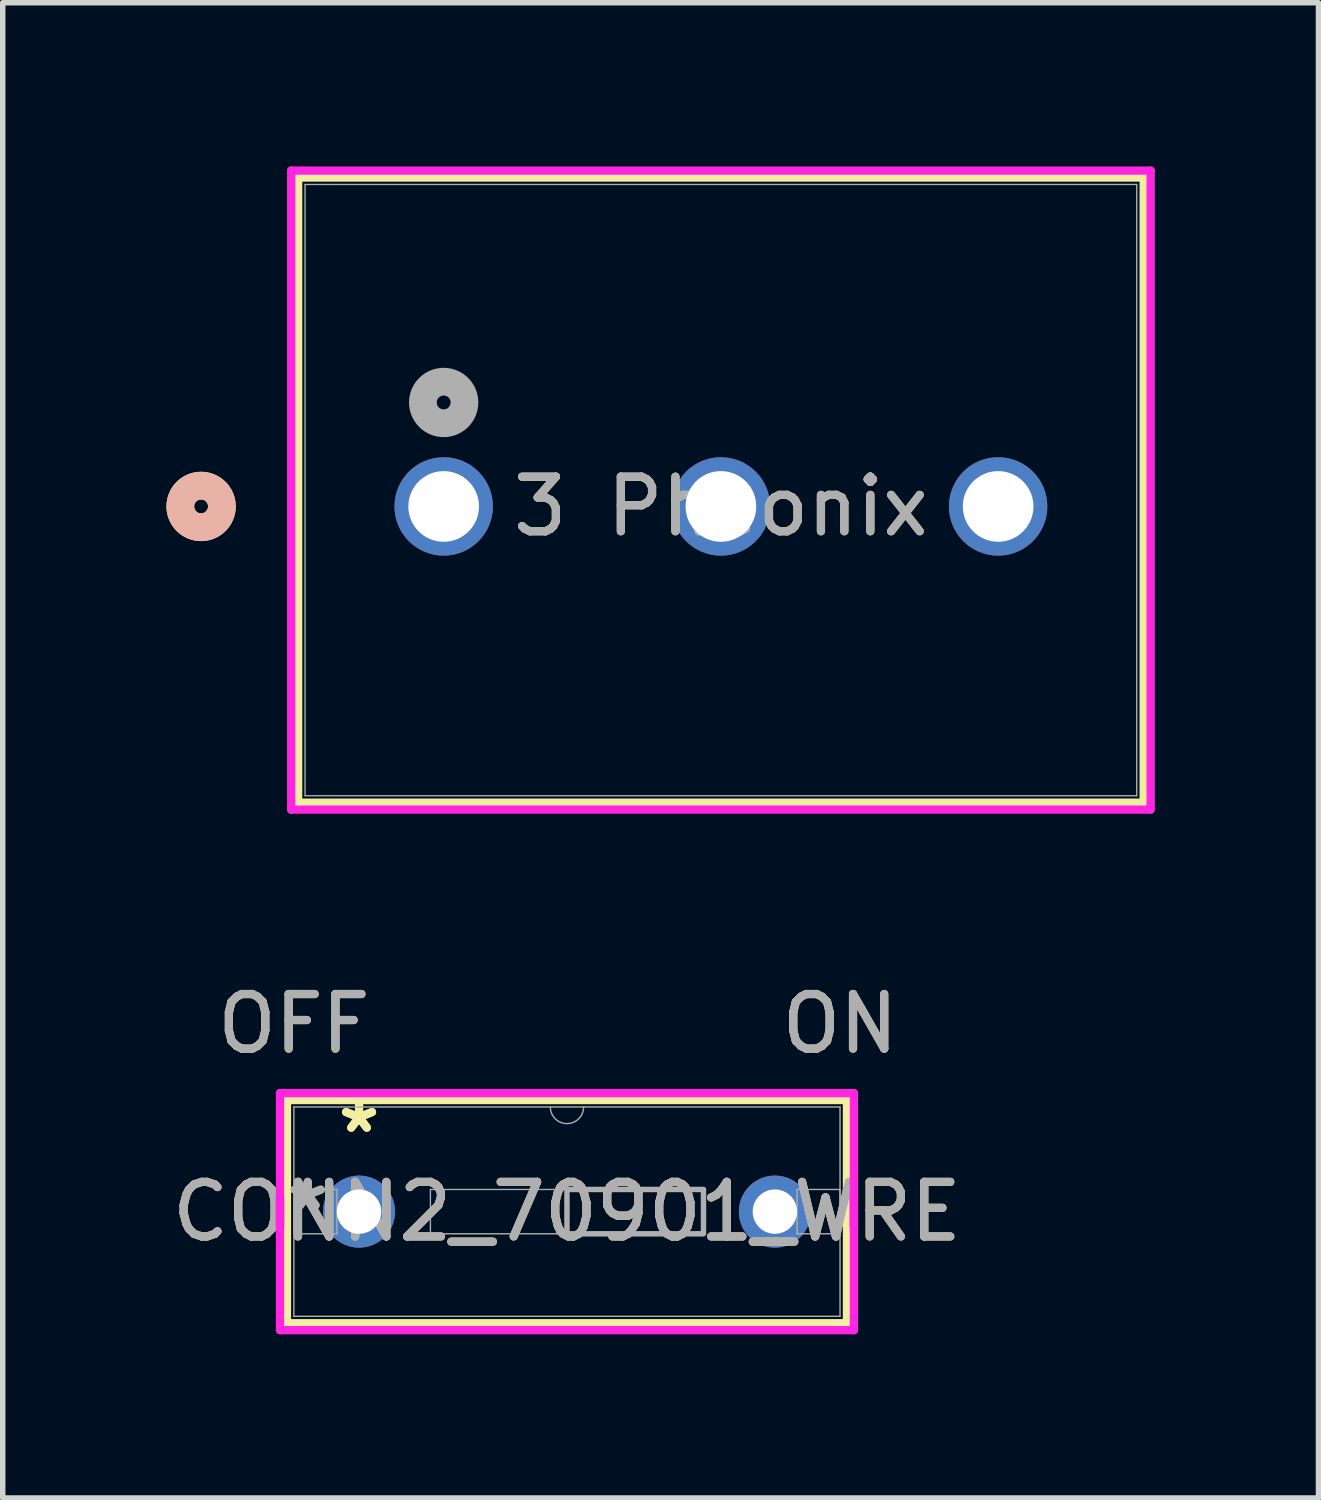
<source format=kicad_pcb>
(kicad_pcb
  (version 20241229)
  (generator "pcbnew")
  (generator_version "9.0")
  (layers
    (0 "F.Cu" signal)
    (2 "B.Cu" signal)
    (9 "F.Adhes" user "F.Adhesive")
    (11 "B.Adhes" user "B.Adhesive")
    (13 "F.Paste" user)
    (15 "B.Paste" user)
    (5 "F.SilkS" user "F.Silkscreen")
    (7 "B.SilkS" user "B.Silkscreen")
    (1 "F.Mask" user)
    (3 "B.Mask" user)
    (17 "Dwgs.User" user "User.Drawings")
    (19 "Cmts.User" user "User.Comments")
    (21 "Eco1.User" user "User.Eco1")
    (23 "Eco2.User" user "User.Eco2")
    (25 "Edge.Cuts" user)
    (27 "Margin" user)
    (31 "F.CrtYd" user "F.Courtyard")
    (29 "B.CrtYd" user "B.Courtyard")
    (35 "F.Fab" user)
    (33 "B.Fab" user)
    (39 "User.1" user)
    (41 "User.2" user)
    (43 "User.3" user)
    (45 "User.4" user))
  (footprint "CONN2_70901_WRE"
    (layer "F.Cu")
    (at 3.529 19.152)
    (property "Reference" "CONN2_70901_WRE" (at 3.81 0 0) (unlocked yes) (layer "F.SilkS") (effects (font (size 1 1) (thickness 0.15))))
    (attr through_hole)
    (fp_line (start -1.321 -2.045) (end -1.321 2.045) (stroke (width 0.152) (type solid)) (layer "F.SilkS"))
    (fp_line (start -1.321 2.045) (end 8.941 2.045) (stroke (width 0.152) (type solid)) (layer "F.SilkS"))
    (fp_line (start 8.941 -2.045) (end -1.321 -2.045) (stroke (width 0.152) (type solid)) (layer "F.SilkS"))
    (fp_line (start 8.941 2.045) (end 8.941 -2.045) (stroke (width 0.152) (type solid)) (layer "F.SilkS"))
    (fp_line (start -1.448 -2.172) (end 9.068 -2.172) (stroke (width 0.152) (type solid)) (layer "F.CrtYd"))
    (fp_line (start -1.448 -0.254) (end -1.448 -0.254) (stroke (width 0.152) (type solid)) (layer "F.CrtYd"))
    (fp_line (start -1.448 -0.254) (end -1.448 0.254) (stroke (width 0.152) (type solid)) (layer "F.CrtYd"))
    (fp_line (start -1.448 0.254) (end -1.448 -2.172) (stroke (width 0.152) (type solid)) (layer "F.CrtYd"))
    (fp_line (start -1.448 0.254) (end -1.448 0.254) (stroke (width 0.152) (type solid)) (layer "F.CrtYd"))
    (fp_line (start -1.448 2.172) (end -1.448 -0.254) (stroke (width 0.152) (type solid)) (layer "F.CrtYd"))
    (fp_line (start 9.068 -2.172) (end 9.068 0.254) (stroke (width 0.152) (type solid)) (layer "F.CrtYd"))
    (fp_line (start 9.068 -0.254) (end 9.068 -0.254) (stroke (width 0.152) (type solid)) (layer "F.CrtYd"))
    (fp_line (start 9.068 -0.254) (end 9.068 2.172) (stroke (width 0.152) (type solid)) (layer "F.CrtYd"))
    (fp_line (start 9.068 0.254) (end 9.068 -0.254) (stroke (width 0.152) (type solid)) (layer "F.CrtYd"))
    (fp_line (start 9.068 0.254) (end 9.068 0.254) (stroke (width 0.152) (type solid)) (layer "F.CrtYd"))
    (fp_line (start 9.068 2.172) (end -1.448 2.172) (stroke (width 0.152) (type solid)) (layer "F.CrtYd"))
    (fp_line (start -1.194 -1.918) (end -1.194 1.918) (stroke (width 0.025) (type solid)) (layer "F.Fab"))
    (fp_line (start -1.194 -0.406) (end -0.406 -0.406) (stroke (width 0.025) (type solid)) (layer "F.Fab"))
    (fp_line (start -1.194 0.406) (end -1.194 -0.406) (stroke (width 0.025) (type solid)) (layer "F.Fab"))
    (fp_line (start -1.194 1.918) (end 8.814 1.918) (stroke (width 0.025) (type solid)) (layer "F.Fab"))
    (fp_line (start -0.406 -0.406) (end -0.406 0.406) (stroke (width 0.025) (type solid)) (layer "F.Fab"))
    (fp_line (start -0.406 0.406) (end -1.194 0.406) (stroke (width 0.025) (type solid)) (layer "F.Fab"))
    (fp_line (start 1.308 -0.406) (end 6.312 -0.406) (stroke (width 0.025) (type solid)) (layer "F.Fab"))
    (fp_line (start 1.308 0.406) (end 1.308 -0.406) (stroke (width 0.025) (type solid)) (layer "F.Fab"))
    (fp_line (start 6.312 -0.406) (end 6.312 0.406) (stroke (width 0.025) (type solid)) (layer "F.Fab"))
    (fp_line (start 6.312 0.406) (end 1.308 0.406) (stroke (width 0.025) (type solid)) (layer "F.Fab"))
    (fp_line (start 8.026 -0.406) (end 8.814 -0.406) (stroke (width 0.025) (type solid)) (layer "F.Fab"))
    (fp_line (start 8.026 0.406) (end 8.026 -0.406) (stroke (width 0.025) (type solid)) (layer "F.Fab"))
    (fp_line (start 8.814 -1.918) (end -1.194 -1.918) (stroke (width 0.025) (type solid)) (layer "F.Fab"))
    (fp_line (start 8.814 -0.406) (end 8.814 0.406) (stroke (width 0.025) (type solid)) (layer "F.Fab"))
    (fp_line (start 8.814 0.406) (end 8.026 0.406) (stroke (width 0.025) (type solid)) (layer "F.Fab"))
    (fp_line (start 8.814 1.918) (end 8.814 -1.918) (stroke (width 0.025) (type solid)) (layer "F.Fab"))
    (fp_arc (start 4.1148 -1.9177) (mid 3.81 -1.6129) (end 3.5052 -1.9177) (stroke (width 0.0254) (type solid)) (layer "F.Fab"))
    (fp_poly (pts (xy 3.81 -0.406) (xy 6.312 -0.406) (xy 6.312 0.406) (xy 3.81 0.406)) (stroke (width 0.1) (type solid)) (fill no) (layer "F.Fab"))
    (fp_text user "*" (at 0 -1.422 0) (unlocked yes) (layer "F.SilkS") (effects (font (size 1 1) (thickness 0.15))))
    (fp_text user "ON" (at 8.814 -3.442 0) (unlocked yes) (layer "F.SilkS") (effects (font (size 1 1) (thickness 0.15))))
    (fp_text user "*" (at 0 -1.422 0) (layer "F.SilkS") (effects (font (size 1 1) (thickness 0.15))))
    (fp_text user "OFF" (at -1.194 -3.442 0) (unlocked yes) (layer "F.SilkS") (effects (font (size 1 1) (thickness 0.15))))
    (fp_text user "${REFERENCE}" (at 3.81 0 0) (unlocked yes) (layer "F.Fab") (effects (font (size 1 1) (thickness 0.15))))
    (fp_text user "OFF" (at -1.194 -3.442 0) (unlocked yes) (layer "F.Fab") (effects (font (size 1 1) (thickness 0.15))))
    (fp_text user "*" (at -0.94 0 0) (unlocked yes) (layer "F.Fab") (effects (font (size 1 1) (thickness 0.15))))
    (fp_text user "*" (at -0.94 0 0) (layer "F.Fab") (effects (font (size 1 1) (thickness 0.15))))
    (fp_text user "ON" (at 8.814 -3.442 0) (unlocked yes) (layer "F.Fab") (effects (font (size 1 1) (thickness 0.15))))
    (pad "1" thru_hole circle (at 0 0) (size 1.321 1.321) (drill 0.813) (layers "*.Cu" "*.Mask"))
    (pad "2" thru_hole circle (at 7.62 0) (size 1.321 1.321) (drill 0.813) (layers "*.Cu" "*.Mask")))
  (footprint "3 Pheonix"
    (layer "F.Cu")
    (at 5.08 6.23)
    (property "Reference" "3 Pheonix" (at 5.08 0 0) (unlocked yes) (layer "F.SilkS") (effects (font (size 1 1) (thickness 0.15))))
    (attr through_hole)
    (fp_line (start -2.667 -6.027) (end -2.667 5.428) (stroke (width 0.152) (type solid)) (layer "F.SilkS"))
    (fp_line (start -2.667 5.428) (end 12.827 5.428) (stroke (width 0.152) (type solid)) (layer "F.SilkS"))
    (fp_line (start 12.827 -6.027) (end -2.667 -6.027) (stroke (width 0.152) (type solid)) (layer "F.SilkS"))
    (fp_line (start 12.827 5.428) (end 12.827 -6.027) (stroke (width 0.152) (type solid)) (layer "F.SilkS"))
    (fp_circle (center -4.445 0) (end -4.064 0) (stroke (width 0.508) (type solid)) (fill no) (layer "F.SilkS"))
    (fp_circle (center -4.445 0) (end -4.064 0) (stroke (width 0.508) (type solid)) (fill no) (layer "B.SilkS"))
    (fp_line (start -2.794 -6.154) (end -2.794 5.555) (stroke (width 0.152) (type solid)) (layer "F.CrtYd"))
    (fp_line (start -2.794 5.555) (end 12.954 5.555) (stroke (width 0.152) (type solid)) (layer "F.CrtYd"))
    (fp_line (start 12.954 -6.154) (end -2.794 -6.154) (stroke (width 0.152) (type solid)) (layer "F.CrtYd"))
    (fp_line (start 12.954 5.555) (end 12.954 -6.154) (stroke (width 0.152) (type solid)) (layer "F.CrtYd"))
    (fp_line (start -2.54 -5.9) (end -2.54 5.301) (stroke (width 0.025) (type solid)) (layer "F.Fab"))
    (fp_line (start -2.54 5.301) (end 12.7 5.301) (stroke (width 0.025) (type solid)) (layer "F.Fab"))
    (fp_line (start 12.7 -5.9) (end -2.54 -5.9) (stroke (width 0.025) (type solid)) (layer "F.Fab"))
    (fp_line (start 12.7 5.301) (end 12.7 -5.9) (stroke (width 0.025) (type solid)) (layer "F.Fab"))
    (fp_circle (center 0 -1.905) (end 0.381 -1.905) (stroke (width 0.508) (type solid)) (fill no) (layer "F.Fab"))
    (fp_text user "${REFERENCE}" (at 5.08 0 0) (unlocked yes) (layer "F.Fab") (effects (font (size 1 1) (thickness 0.15))))
    (pad "1" thru_hole circle (at 0 0) (size 1.803 1.803) (drill 1.295) (layers "*.Cu" "*.Mask"))
    (pad "2" thru_hole circle (at 5.08 0) (size 1.803 1.803) (drill 1.295) (layers "*.Cu" "*.Mask"))
    (pad "3" thru_hole circle (at 10.16 0) (size 1.803 1.803) (drill 1.295) (layers "*.Cu" "*.Mask")))
  (gr_rect
    (start -3 -3)
    (end 21.11 24.4)
    (stroke (width 0.1) (type default))
    (fill no)
    (layer "Edge.Cuts")))
</source>
